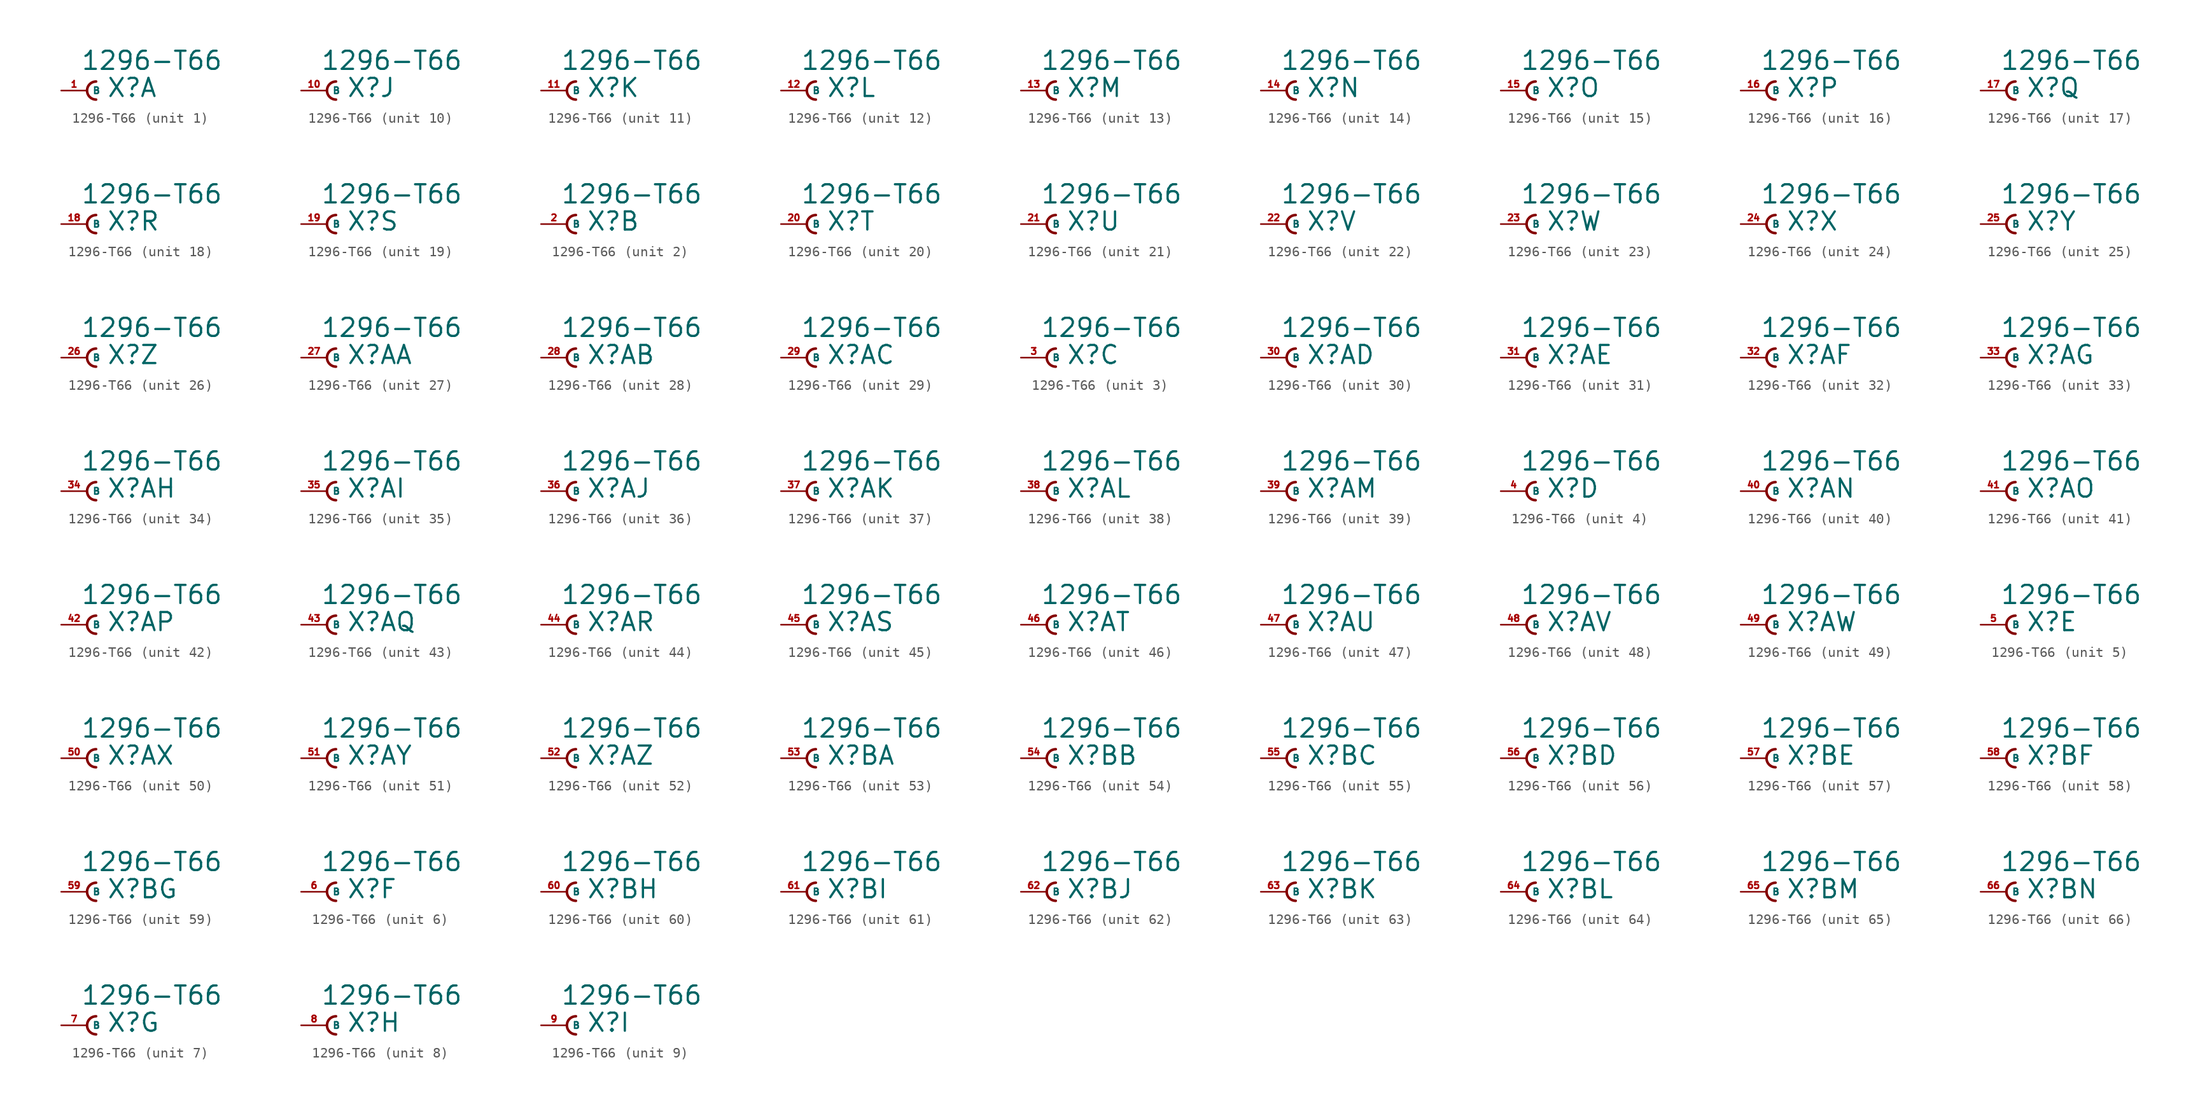
<source format=kicad_sym>
(kicad_symbol_lib
  (version 20220914)
  (generator Eagle2Kicad)
  (symbol "1296-T66"
    (property "Reference" "X"
      (at 1.905 -0.762 0)
      (effects (font (size 1.778 1.778) (thickness 0.22)) (justify left bottom)))
    (property "Value" "1296-T66"
      (at -0.635 1.905 0)
      (effects (font (size 1.778 1.778) (thickness 0.22)) (justify left bottom)))
    (symbol "1296-T66_1_0"
      (arc (start 0.889 0.889) (mid 0.000 0.000) (end 0.889 -0.889) (stroke (width 0.254) (type default)) (fill (type none)))
      (pin passive line (at -2.54 0 0) (length 2.54) (name "B" (effects (font (size 0.635 0.635) (thickness 0.08)) (justify left bottom))) (number "1" (effects (font (size 0.635 0.635) (thickness 0.08)) (justify left bottom)))))
    (symbol "1296-T66_2_0"
      (arc (start 0.889 0.889) (mid 0.000 0.000) (end 0.889 -0.889) (stroke (width 0.254) (type default)) (fill (type none)))
      (pin passive line (at -2.54 0 0) (length 2.54) (name "B" (effects (font (size 0.635 0.635) (thickness 0.08)) (justify left bottom))) (number "2" (effects (font (size 0.635 0.635) (thickness 0.08)) (justify left bottom)))))
    (symbol "1296-T66_3_0"
      (arc (start 0.889 0.889) (mid 0.000 0.000) (end 0.889 -0.889) (stroke (width 0.254) (type default)) (fill (type none)))
      (pin passive line (at -2.54 0 0) (length 2.54) (name "B" (effects (font (size 0.635 0.635) (thickness 0.08)) (justify left bottom))) (number "3" (effects (font (size 0.635 0.635) (thickness 0.08)) (justify left bottom)))))
    (symbol "1296-T66_4_0"
      (arc (start 0.889 0.889) (mid 0.000 0.000) (end 0.889 -0.889) (stroke (width 0.254) (type default)) (fill (type none)))
      (pin passive line (at -2.54 0 0) (length 2.54) (name "B" (effects (font (size 0.635 0.635) (thickness 0.08)) (justify left bottom))) (number "4" (effects (font (size 0.635 0.635) (thickness 0.08)) (justify left bottom)))))
    (symbol "1296-T66_5_0"
      (arc (start 0.889 0.889) (mid 0.000 0.000) (end 0.889 -0.889) (stroke (width 0.254) (type default)) (fill (type none)))
      (pin passive line (at -2.54 0 0) (length 2.54) (name "B" (effects (font (size 0.635 0.635) (thickness 0.08)) (justify left bottom))) (number "5" (effects (font (size 0.635 0.635) (thickness 0.08)) (justify left bottom)))))
    (symbol "1296-T66_6_0"
      (arc (start 0.889 0.889) (mid 0.000 0.000) (end 0.889 -0.889) (stroke (width 0.254) (type default)) (fill (type none)))
      (pin passive line (at -2.54 0 0) (length 2.54) (name "B" (effects (font (size 0.635 0.635) (thickness 0.08)) (justify left bottom))) (number "6" (effects (font (size 0.635 0.635) (thickness 0.08)) (justify left bottom)))))
    (symbol "1296-T66_7_0"
      (arc (start 0.889 0.889) (mid 0.000 0.000) (end 0.889 -0.889) (stroke (width 0.254) (type default)) (fill (type none)))
      (pin passive line (at -2.54 0 0) (length 2.54) (name "B" (effects (font (size 0.635 0.635) (thickness 0.08)) (justify left bottom))) (number "7" (effects (font (size 0.635 0.635) (thickness 0.08)) (justify left bottom)))))
    (symbol "1296-T66_8_0"
      (arc (start 0.889 0.889) (mid 0.000 0.000) (end 0.889 -0.889) (stroke (width 0.254) (type default)) (fill (type none)))
      (pin passive line (at -2.54 0 0) (length 2.54) (name "B" (effects (font (size 0.635 0.635) (thickness 0.08)) (justify left bottom))) (number "8" (effects (font (size 0.635 0.635) (thickness 0.08)) (justify left bottom)))))
    (symbol "1296-T66_9_0"
      (arc (start 0.889 0.889) (mid 0.000 0.000) (end 0.889 -0.889) (stroke (width 0.254) (type default)) (fill (type none)))
      (pin passive line (at -2.54 0 0) (length 2.54) (name "B" (effects (font (size 0.635 0.635) (thickness 0.08)) (justify left bottom))) (number "9" (effects (font (size 0.635 0.635) (thickness 0.08)) (justify left bottom)))))
    (symbol "1296-T66_10_0"
      (arc (start 0.889 0.889) (mid 0.000 0.000) (end 0.889 -0.889) (stroke (width 0.254) (type default)) (fill (type none)))
      (pin passive line (at -2.54 0 0) (length 2.54) (name "B" (effects (font (size 0.635 0.635) (thickness 0.08)) (justify left bottom))) (number "10" (effects (font (size 0.635 0.635) (thickness 0.08)) (justify left bottom)))))
    (symbol "1296-T66_11_0"
      (arc (start 0.889 0.889) (mid 0.000 0.000) (end 0.889 -0.889) (stroke (width 0.254) (type default)) (fill (type none)))
      (pin passive line (at -2.54 0 0) (length 2.54) (name "B" (effects (font (size 0.635 0.635) (thickness 0.08)) (justify left bottom))) (number "11" (effects (font (size 0.635 0.635) (thickness 0.08)) (justify left bottom)))))
    (symbol "1296-T66_12_0"
      (arc (start 0.889 0.889) (mid 0.000 0.000) (end 0.889 -0.889) (stroke (width 0.254) (type default)) (fill (type none)))
      (pin passive line (at -2.54 0 0) (length 2.54) (name "B" (effects (font (size 0.635 0.635) (thickness 0.08)) (justify left bottom))) (number "12" (effects (font (size 0.635 0.635) (thickness 0.08)) (justify left bottom)))))
    (symbol "1296-T66_13_0"
      (arc (start 0.889 0.889) (mid 0.000 0.000) (end 0.889 -0.889) (stroke (width 0.254) (type default)) (fill (type none)))
      (pin passive line (at -2.54 0 0) (length 2.54) (name "B" (effects (font (size 0.635 0.635) (thickness 0.08)) (justify left bottom))) (number "13" (effects (font (size 0.635 0.635) (thickness 0.08)) (justify left bottom)))))
    (symbol "1296-T66_14_0"
      (arc (start 0.889 0.889) (mid 0.000 0.000) (end 0.889 -0.889) (stroke (width 0.254) (type default)) (fill (type none)))
      (pin passive line (at -2.54 0 0) (length 2.54) (name "B" (effects (font (size 0.635 0.635) (thickness 0.08)) (justify left bottom))) (number "14" (effects (font (size 0.635 0.635) (thickness 0.08)) (justify left bottom)))))
    (symbol "1296-T66_15_0"
      (arc (start 0.889 0.889) (mid 0.000 0.000) (end 0.889 -0.889) (stroke (width 0.254) (type default)) (fill (type none)))
      (pin passive line (at -2.54 0 0) (length 2.54) (name "B" (effects (font (size 0.635 0.635) (thickness 0.08)) (justify left bottom))) (number "15" (effects (font (size 0.635 0.635) (thickness 0.08)) (justify left bottom)))))
    (symbol "1296-T66_16_0"
      (arc (start 0.889 0.889) (mid 0.000 0.000) (end 0.889 -0.889) (stroke (width 0.254) (type default)) (fill (type none)))
      (pin passive line (at -2.54 0 0) (length 2.54) (name "B" (effects (font (size 0.635 0.635) (thickness 0.08)) (justify left bottom))) (number "16" (effects (font (size 0.635 0.635) (thickness 0.08)) (justify left bottom)))))
    (symbol "1296-T66_17_0"
      (arc (start 0.889 0.889) (mid 0.000 0.000) (end 0.889 -0.889) (stroke (width 0.254) (type default)) (fill (type none)))
      (pin passive line (at -2.54 0 0) (length 2.54) (name "B" (effects (font (size 0.635 0.635) (thickness 0.08)) (justify left bottom))) (number "17" (effects (font (size 0.635 0.635) (thickness 0.08)) (justify left bottom)))))
    (symbol "1296-T66_18_0"
      (arc (start 0.889 0.889) (mid 0.000 0.000) (end 0.889 -0.889) (stroke (width 0.254) (type default)) (fill (type none)))
      (pin passive line (at -2.54 0 0) (length 2.54) (name "B" (effects (font (size 0.635 0.635) (thickness 0.08)) (justify left bottom))) (number "18" (effects (font (size 0.635 0.635) (thickness 0.08)) (justify left bottom)))))
    (symbol "1296-T66_19_0"
      (arc (start 0.889 0.889) (mid 0.000 0.000) (end 0.889 -0.889) (stroke (width 0.254) (type default)) (fill (type none)))
      (pin passive line (at -2.54 0 0) (length 2.54) (name "B" (effects (font (size 0.635 0.635) (thickness 0.08)) (justify left bottom))) (number "19" (effects (font (size 0.635 0.635) (thickness 0.08)) (justify left bottom)))))
    (symbol "1296-T66_20_0"
      (arc (start 0.889 0.889) (mid 0.000 0.000) (end 0.889 -0.889) (stroke (width 0.254) (type default)) (fill (type none)))
      (pin passive line (at -2.54 0 0) (length 2.54) (name "B" (effects (font (size 0.635 0.635) (thickness 0.08)) (justify left bottom))) (number "20" (effects (font (size 0.635 0.635) (thickness 0.08)) (justify left bottom)))))
    (symbol "1296-T66_21_0"
      (arc (start 0.889 0.889) (mid 0.000 0.000) (end 0.889 -0.889) (stroke (width 0.254) (type default)) (fill (type none)))
      (pin passive line (at -2.54 0 0) (length 2.54) (name "B" (effects (font (size 0.635 0.635) (thickness 0.08)) (justify left bottom))) (number "21" (effects (font (size 0.635 0.635) (thickness 0.08)) (justify left bottom)))))
    (symbol "1296-T66_22_0"
      (arc (start 0.889 0.889) (mid 0.000 0.000) (end 0.889 -0.889) (stroke (width 0.254) (type default)) (fill (type none)))
      (pin passive line (at -2.54 0 0) (length 2.54) (name "B" (effects (font (size 0.635 0.635) (thickness 0.08)) (justify left bottom))) (number "22" (effects (font (size 0.635 0.635) (thickness 0.08)) (justify left bottom)))))
    (symbol "1296-T66_23_0"
      (arc (start 0.889 0.889) (mid 0.000 0.000) (end 0.889 -0.889) (stroke (width 0.254) (type default)) (fill (type none)))
      (pin passive line (at -2.54 0 0) (length 2.54) (name "B" (effects (font (size 0.635 0.635) (thickness 0.08)) (justify left bottom))) (number "23" (effects (font (size 0.635 0.635) (thickness 0.08)) (justify left bottom)))))
    (symbol "1296-T66_24_0"
      (arc (start 0.889 0.889) (mid 0.000 0.000) (end 0.889 -0.889) (stroke (width 0.254) (type default)) (fill (type none)))
      (pin passive line (at -2.54 0 0) (length 2.54) (name "B" (effects (font (size 0.635 0.635) (thickness 0.08)) (justify left bottom))) (number "24" (effects (font (size 0.635 0.635) (thickness 0.08)) (justify left bottom)))))
    (symbol "1296-T66_25_0"
      (arc (start 0.889 0.889) (mid 0.000 0.000) (end 0.889 -0.889) (stroke (width 0.254) (type default)) (fill (type none)))
      (pin passive line (at -2.54 0 0) (length 2.54) (name "B" (effects (font (size 0.635 0.635) (thickness 0.08)) (justify left bottom))) (number "25" (effects (font (size 0.635 0.635) (thickness 0.08)) (justify left bottom)))))
    (symbol "1296-T66_26_0"
      (arc (start 0.889 0.889) (mid 0.000 0.000) (end 0.889 -0.889) (stroke (width 0.254) (type default)) (fill (type none)))
      (pin passive line (at -2.54 0 0) (length 2.54) (name "B" (effects (font (size 0.635 0.635) (thickness 0.08)) (justify left bottom))) (number "26" (effects (font (size 0.635 0.635) (thickness 0.08)) (justify left bottom)))))
    (symbol "1296-T66_27_0"
      (arc (start 0.889 0.889) (mid 0.000 0.000) (end 0.889 -0.889) (stroke (width 0.254) (type default)) (fill (type none)))
      (pin passive line (at -2.54 0 0) (length 2.54) (name "B" (effects (font (size 0.635 0.635) (thickness 0.08)) (justify left bottom))) (number "27" (effects (font (size 0.635 0.635) (thickness 0.08)) (justify left bottom)))))
    (symbol "1296-T66_28_0"
      (arc (start 0.889 0.889) (mid 0.000 0.000) (end 0.889 -0.889) (stroke (width 0.254) (type default)) (fill (type none)))
      (pin passive line (at -2.54 0 0) (length 2.54) (name "B" (effects (font (size 0.635 0.635) (thickness 0.08)) (justify left bottom))) (number "28" (effects (font (size 0.635 0.635) (thickness 0.08)) (justify left bottom)))))
    (symbol "1296-T66_29_0"
      (arc (start 0.889 0.889) (mid 0.000 0.000) (end 0.889 -0.889) (stroke (width 0.254) (type default)) (fill (type none)))
      (pin passive line (at -2.54 0 0) (length 2.54) (name "B" (effects (font (size 0.635 0.635) (thickness 0.08)) (justify left bottom))) (number "29" (effects (font (size 0.635 0.635) (thickness 0.08)) (justify left bottom)))))
    (symbol "1296-T66_30_0"
      (arc (start 0.889 0.889) (mid 0.000 0.000) (end 0.889 -0.889) (stroke (width 0.254) (type default)) (fill (type none)))
      (pin passive line (at -2.54 0 0) (length 2.54) (name "B" (effects (font (size 0.635 0.635) (thickness 0.08)) (justify left bottom))) (number "30" (effects (font (size 0.635 0.635) (thickness 0.08)) (justify left bottom)))))
    (symbol "1296-T66_31_0"
      (arc (start 0.889 0.889) (mid 0.000 0.000) (end 0.889 -0.889) (stroke (width 0.254) (type default)) (fill (type none)))
      (pin passive line (at -2.54 0 0) (length 2.54) (name "B" (effects (font (size 0.635 0.635) (thickness 0.08)) (justify left bottom))) (number "31" (effects (font (size 0.635 0.635) (thickness 0.08)) (justify left bottom)))))
    (symbol "1296-T66_32_0"
      (arc (start 0.889 0.889) (mid 0.000 0.000) (end 0.889 -0.889) (stroke (width 0.254) (type default)) (fill (type none)))
      (pin passive line (at -2.54 0 0) (length 2.54) (name "B" (effects (font (size 0.635 0.635) (thickness 0.08)) (justify left bottom))) (number "32" (effects (font (size 0.635 0.635) (thickness 0.08)) (justify left bottom)))))
    (symbol "1296-T66_33_0"
      (arc (start 0.889 0.889) (mid 0.000 0.000) (end 0.889 -0.889) (stroke (width 0.254) (type default)) (fill (type none)))
      (pin passive line (at -2.54 0 0) (length 2.54) (name "B" (effects (font (size 0.635 0.635) (thickness 0.08)) (justify left bottom))) (number "33" (effects (font (size 0.635 0.635) (thickness 0.08)) (justify left bottom)))))
    (symbol "1296-T66_34_0"
      (arc (start 0.889 0.889) (mid 0.000 0.000) (end 0.889 -0.889) (stroke (width 0.254) (type default)) (fill (type none)))
      (pin passive line (at -2.54 0 0) (length 2.54) (name "B" (effects (font (size 0.635 0.635) (thickness 0.08)) (justify left bottom))) (number "34" (effects (font (size 0.635 0.635) (thickness 0.08)) (justify left bottom)))))
    (symbol "1296-T66_35_0"
      (arc (start 0.889 0.889) (mid 0.000 0.000) (end 0.889 -0.889) (stroke (width 0.254) (type default)) (fill (type none)))
      (pin passive line (at -2.54 0 0) (length 2.54) (name "B" (effects (font (size 0.635 0.635) (thickness 0.08)) (justify left bottom))) (number "35" (effects (font (size 0.635 0.635) (thickness 0.08)) (justify left bottom)))))
    (symbol "1296-T66_36_0"
      (arc (start 0.889 0.889) (mid 0.000 0.000) (end 0.889 -0.889) (stroke (width 0.254) (type default)) (fill (type none)))
      (pin passive line (at -2.54 0 0) (length 2.54) (name "B" (effects (font (size 0.635 0.635) (thickness 0.08)) (justify left bottom))) (number "36" (effects (font (size 0.635 0.635) (thickness 0.08)) (justify left bottom)))))
    (symbol "1296-T66_37_0"
      (arc (start 0.889 0.889) (mid 0.000 0.000) (end 0.889 -0.889) (stroke (width 0.254) (type default)) (fill (type none)))
      (pin passive line (at -2.54 0 0) (length 2.54) (name "B" (effects (font (size 0.635 0.635) (thickness 0.08)) (justify left bottom))) (number "37" (effects (font (size 0.635 0.635) (thickness 0.08)) (justify left bottom)))))
    (symbol "1296-T66_38_0"
      (arc (start 0.889 0.889) (mid 0.000 0.000) (end 0.889 -0.889) (stroke (width 0.254) (type default)) (fill (type none)))
      (pin passive line (at -2.54 0 0) (length 2.54) (name "B" (effects (font (size 0.635 0.635) (thickness 0.08)) (justify left bottom))) (number "38" (effects (font (size 0.635 0.635) (thickness 0.08)) (justify left bottom)))))
    (symbol "1296-T66_39_0"
      (arc (start 0.889 0.889) (mid 0.000 0.000) (end 0.889 -0.889) (stroke (width 0.254) (type default)) (fill (type none)))
      (pin passive line (at -2.54 0 0) (length 2.54) (name "B" (effects (font (size 0.635 0.635) (thickness 0.08)) (justify left bottom))) (number "39" (effects (font (size 0.635 0.635) (thickness 0.08)) (justify left bottom)))))
    (symbol "1296-T66_40_0"
      (arc (start 0.889 0.889) (mid 0.000 0.000) (end 0.889 -0.889) (stroke (width 0.254) (type default)) (fill (type none)))
      (pin passive line (at -2.54 0 0) (length 2.54) (name "B" (effects (font (size 0.635 0.635) (thickness 0.08)) (justify left bottom))) (number "40" (effects (font (size 0.635 0.635) (thickness 0.08)) (justify left bottom)))))
    (symbol "1296-T66_41_0"
      (arc (start 0.889 0.889) (mid 0.000 0.000) (end 0.889 -0.889) (stroke (width 0.254) (type default)) (fill (type none)))
      (pin passive line (at -2.54 0 0) (length 2.54) (name "B" (effects (font (size 0.635 0.635) (thickness 0.08)) (justify left bottom))) (number "41" (effects (font (size 0.635 0.635) (thickness 0.08)) (justify left bottom)))))
    (symbol "1296-T66_42_0"
      (arc (start 0.889 0.889) (mid 0.000 0.000) (end 0.889 -0.889) (stroke (width 0.254) (type default)) (fill (type none)))
      (pin passive line (at -2.54 0 0) (length 2.54) (name "B" (effects (font (size 0.635 0.635) (thickness 0.08)) (justify left bottom))) (number "42" (effects (font (size 0.635 0.635) (thickness 0.08)) (justify left bottom)))))
    (symbol "1296-T66_43_0"
      (arc (start 0.889 0.889) (mid 0.000 0.000) (end 0.889 -0.889) (stroke (width 0.254) (type default)) (fill (type none)))
      (pin passive line (at -2.54 0 0) (length 2.54) (name "B" (effects (font (size 0.635 0.635) (thickness 0.08)) (justify left bottom))) (number "43" (effects (font (size 0.635 0.635) (thickness 0.08)) (justify left bottom)))))
    (symbol "1296-T66_44_0"
      (arc (start 0.889 0.889) (mid 0.000 0.000) (end 0.889 -0.889) (stroke (width 0.254) (type default)) (fill (type none)))
      (pin passive line (at -2.54 0 0) (length 2.54) (name "B" (effects (font (size 0.635 0.635) (thickness 0.08)) (justify left bottom))) (number "44" (effects (font (size 0.635 0.635) (thickness 0.08)) (justify left bottom)))))
    (symbol "1296-T66_45_0"
      (arc (start 0.889 0.889) (mid 0.000 0.000) (end 0.889 -0.889) (stroke (width 0.254) (type default)) (fill (type none)))
      (pin passive line (at -2.54 0 0) (length 2.54) (name "B" (effects (font (size 0.635 0.635) (thickness 0.08)) (justify left bottom))) (number "45" (effects (font (size 0.635 0.635) (thickness 0.08)) (justify left bottom)))))
    (symbol "1296-T66_46_0"
      (arc (start 0.889 0.889) (mid 0.000 0.000) (end 0.889 -0.889) (stroke (width 0.254) (type default)) (fill (type none)))
      (pin passive line (at -2.54 0 0) (length 2.54) (name "B" (effects (font (size 0.635 0.635) (thickness 0.08)) (justify left bottom))) (number "46" (effects (font (size 0.635 0.635) (thickness 0.08)) (justify left bottom)))))
    (symbol "1296-T66_47_0"
      (arc (start 0.889 0.889) (mid 0.000 0.000) (end 0.889 -0.889) (stroke (width 0.254) (type default)) (fill (type none)))
      (pin passive line (at -2.54 0 0) (length 2.54) (name "B" (effects (font (size 0.635 0.635) (thickness 0.08)) (justify left bottom))) (number "47" (effects (font (size 0.635 0.635) (thickness 0.08)) (justify left bottom)))))
    (symbol "1296-T66_48_0"
      (arc (start 0.889 0.889) (mid 0.000 0.000) (end 0.889 -0.889) (stroke (width 0.254) (type default)) (fill (type none)))
      (pin passive line (at -2.54 0 0) (length 2.54) (name "B" (effects (font (size 0.635 0.635) (thickness 0.08)) (justify left bottom))) (number "48" (effects (font (size 0.635 0.635) (thickness 0.08)) (justify left bottom)))))
    (symbol "1296-T66_49_0"
      (arc (start 0.889 0.889) (mid 0.000 0.000) (end 0.889 -0.889) (stroke (width 0.254) (type default)) (fill (type none)))
      (pin passive line (at -2.54 0 0) (length 2.54) (name "B" (effects (font (size 0.635 0.635) (thickness 0.08)) (justify left bottom))) (number "49" (effects (font (size 0.635 0.635) (thickness 0.08)) (justify left bottom)))))
    (symbol "1296-T66_50_0"
      (arc (start 0.889 0.889) (mid 0.000 0.000) (end 0.889 -0.889) (stroke (width 0.254) (type default)) (fill (type none)))
      (pin passive line (at -2.54 0 0) (length 2.54) (name "B" (effects (font (size 0.635 0.635) (thickness 0.08)) (justify left bottom))) (number "50" (effects (font (size 0.635 0.635) (thickness 0.08)) (justify left bottom)))))
    (symbol "1296-T66_51_0"
      (arc (start 0.889 0.889) (mid 0.000 0.000) (end 0.889 -0.889) (stroke (width 0.254) (type default)) (fill (type none)))
      (pin passive line (at -2.54 0 0) (length 2.54) (name "B" (effects (font (size 0.635 0.635) (thickness 0.08)) (justify left bottom))) (number "51" (effects (font (size 0.635 0.635) (thickness 0.08)) (justify left bottom)))))
    (symbol "1296-T66_52_0"
      (arc (start 0.889 0.889) (mid 0.000 0.000) (end 0.889 -0.889) (stroke (width 0.254) (type default)) (fill (type none)))
      (pin passive line (at -2.54 0 0) (length 2.54) (name "B" (effects (font (size 0.635 0.635) (thickness 0.08)) (justify left bottom))) (number "52" (effects (font (size 0.635 0.635) (thickness 0.08)) (justify left bottom)))))
    (symbol "1296-T66_53_0"
      (arc (start 0.889 0.889) (mid 0.000 0.000) (end 0.889 -0.889) (stroke (width 0.254) (type default)) (fill (type none)))
      (pin passive line (at -2.54 0 0) (length 2.54) (name "B" (effects (font (size 0.635 0.635) (thickness 0.08)) (justify left bottom))) (number "53" (effects (font (size 0.635 0.635) (thickness 0.08)) (justify left bottom)))))
    (symbol "1296-T66_54_0"
      (arc (start 0.889 0.889) (mid 0.000 0.000) (end 0.889 -0.889) (stroke (width 0.254) (type default)) (fill (type none)))
      (pin passive line (at -2.54 0 0) (length 2.54) (name "B" (effects (font (size 0.635 0.635) (thickness 0.08)) (justify left bottom))) (number "54" (effects (font (size 0.635 0.635) (thickness 0.08)) (justify left bottom)))))
    (symbol "1296-T66_55_0"
      (arc (start 0.889 0.889) (mid 0.000 0.000) (end 0.889 -0.889) (stroke (width 0.254) (type default)) (fill (type none)))
      (pin passive line (at -2.54 0 0) (length 2.54) (name "B" (effects (font (size 0.635 0.635) (thickness 0.08)) (justify left bottom))) (number "55" (effects (font (size 0.635 0.635) (thickness 0.08)) (justify left bottom)))))
    (symbol "1296-T66_56_0"
      (arc (start 0.889 0.889) (mid 0.000 0.000) (end 0.889 -0.889) (stroke (width 0.254) (type default)) (fill (type none)))
      (pin passive line (at -2.54 0 0) (length 2.54) (name "B" (effects (font (size 0.635 0.635) (thickness 0.08)) (justify left bottom))) (number "56" (effects (font (size 0.635 0.635) (thickness 0.08)) (justify left bottom)))))
    (symbol "1296-T66_57_0"
      (arc (start 0.889 0.889) (mid 0.000 0.000) (end 0.889 -0.889) (stroke (width 0.254) (type default)) (fill (type none)))
      (pin passive line (at -2.54 0 0) (length 2.54) (name "B" (effects (font (size 0.635 0.635) (thickness 0.08)) (justify left bottom))) (number "57" (effects (font (size 0.635 0.635) (thickness 0.08)) (justify left bottom)))))
    (symbol "1296-T66_58_0"
      (arc (start 0.889 0.889) (mid 0.000 0.000) (end 0.889 -0.889) (stroke (width 0.254) (type default)) (fill (type none)))
      (pin passive line (at -2.54 0 0) (length 2.54) (name "B" (effects (font (size 0.635 0.635) (thickness 0.08)) (justify left bottom))) (number "58" (effects (font (size 0.635 0.635) (thickness 0.08)) (justify left bottom)))))
    (symbol "1296-T66_59_0"
      (arc (start 0.889 0.889) (mid 0.000 0.000) (end 0.889 -0.889) (stroke (width 0.254) (type default)) (fill (type none)))
      (pin passive line (at -2.54 0 0) (length 2.54) (name "B" (effects (font (size 0.635 0.635) (thickness 0.08)) (justify left bottom))) (number "59" (effects (font (size 0.635 0.635) (thickness 0.08)) (justify left bottom)))))
    (symbol "1296-T66_60_0"
      (arc (start 0.889 0.889) (mid 0.000 0.000) (end 0.889 -0.889) (stroke (width 0.254) (type default)) (fill (type none)))
      (pin passive line (at -2.54 0 0) (length 2.54) (name "B" (effects (font (size 0.635 0.635) (thickness 0.08)) (justify left bottom))) (number "60" (effects (font (size 0.635 0.635) (thickness 0.08)) (justify left bottom)))))
    (symbol "1296-T66_61_0"
      (arc (start 0.889 0.889) (mid 0.000 0.000) (end 0.889 -0.889) (stroke (width 0.254) (type default)) (fill (type none)))
      (pin passive line (at -2.54 0 0) (length 2.54) (name "B" (effects (font (size 0.635 0.635) (thickness 0.08)) (justify left bottom))) (number "61" (effects (font (size 0.635 0.635) (thickness 0.08)) (justify left bottom)))))
    (symbol "1296-T66_62_0"
      (arc (start 0.889 0.889) (mid 0.000 0.000) (end 0.889 -0.889) (stroke (width 0.254) (type default)) (fill (type none)))
      (pin passive line (at -2.54 0 0) (length 2.54) (name "B" (effects (font (size 0.635 0.635) (thickness 0.08)) (justify left bottom))) (number "62" (effects (font (size 0.635 0.635) (thickness 0.08)) (justify left bottom)))))
    (symbol "1296-T66_63_0"
      (arc (start 0.889 0.889) (mid 0.000 0.000) (end 0.889 -0.889) (stroke (width 0.254) (type default)) (fill (type none)))
      (pin passive line (at -2.54 0 0) (length 2.54) (name "B" (effects (font (size 0.635 0.635) (thickness 0.08)) (justify left bottom))) (number "63" (effects (font (size 0.635 0.635) (thickness 0.08)) (justify left bottom)))))
    (symbol "1296-T66_64_0"
      (arc (start 0.889 0.889) (mid 0.000 0.000) (end 0.889 -0.889) (stroke (width 0.254) (type default)) (fill (type none)))
      (pin passive line (at -2.54 0 0) (length 2.54) (name "B" (effects (font (size 0.635 0.635) (thickness 0.08)) (justify left bottom))) (number "64" (effects (font (size 0.635 0.635) (thickness 0.08)) (justify left bottom)))))
    (symbol "1296-T66_65_0"
      (arc (start 0.889 0.889) (mid 0.000 0.000) (end 0.889 -0.889) (stroke (width 0.254) (type default)) (fill (type none)))
      (pin passive line (at -2.54 0 0) (length 2.54) (name "B" (effects (font (size 0.635 0.635) (thickness 0.08)) (justify left bottom))) (number "65" (effects (font (size 0.635 0.635) (thickness 0.08)) (justify left bottom)))))
    (symbol "1296-T66_66_0"
      (arc (start 0.889 0.889) (mid 0.000 0.000) (end 0.889 -0.889) (stroke (width 0.254) (type default)) (fill (type none)))
      (pin passive line (at -2.54 0 0) (length 2.54) (name "B" (effects (font (size 0.635 0.635) (thickness 0.08)) (justify left bottom))) (number "66" (effects (font (size 0.635 0.635) (thickness 0.08)) (justify left bottom)))))))
</source>
